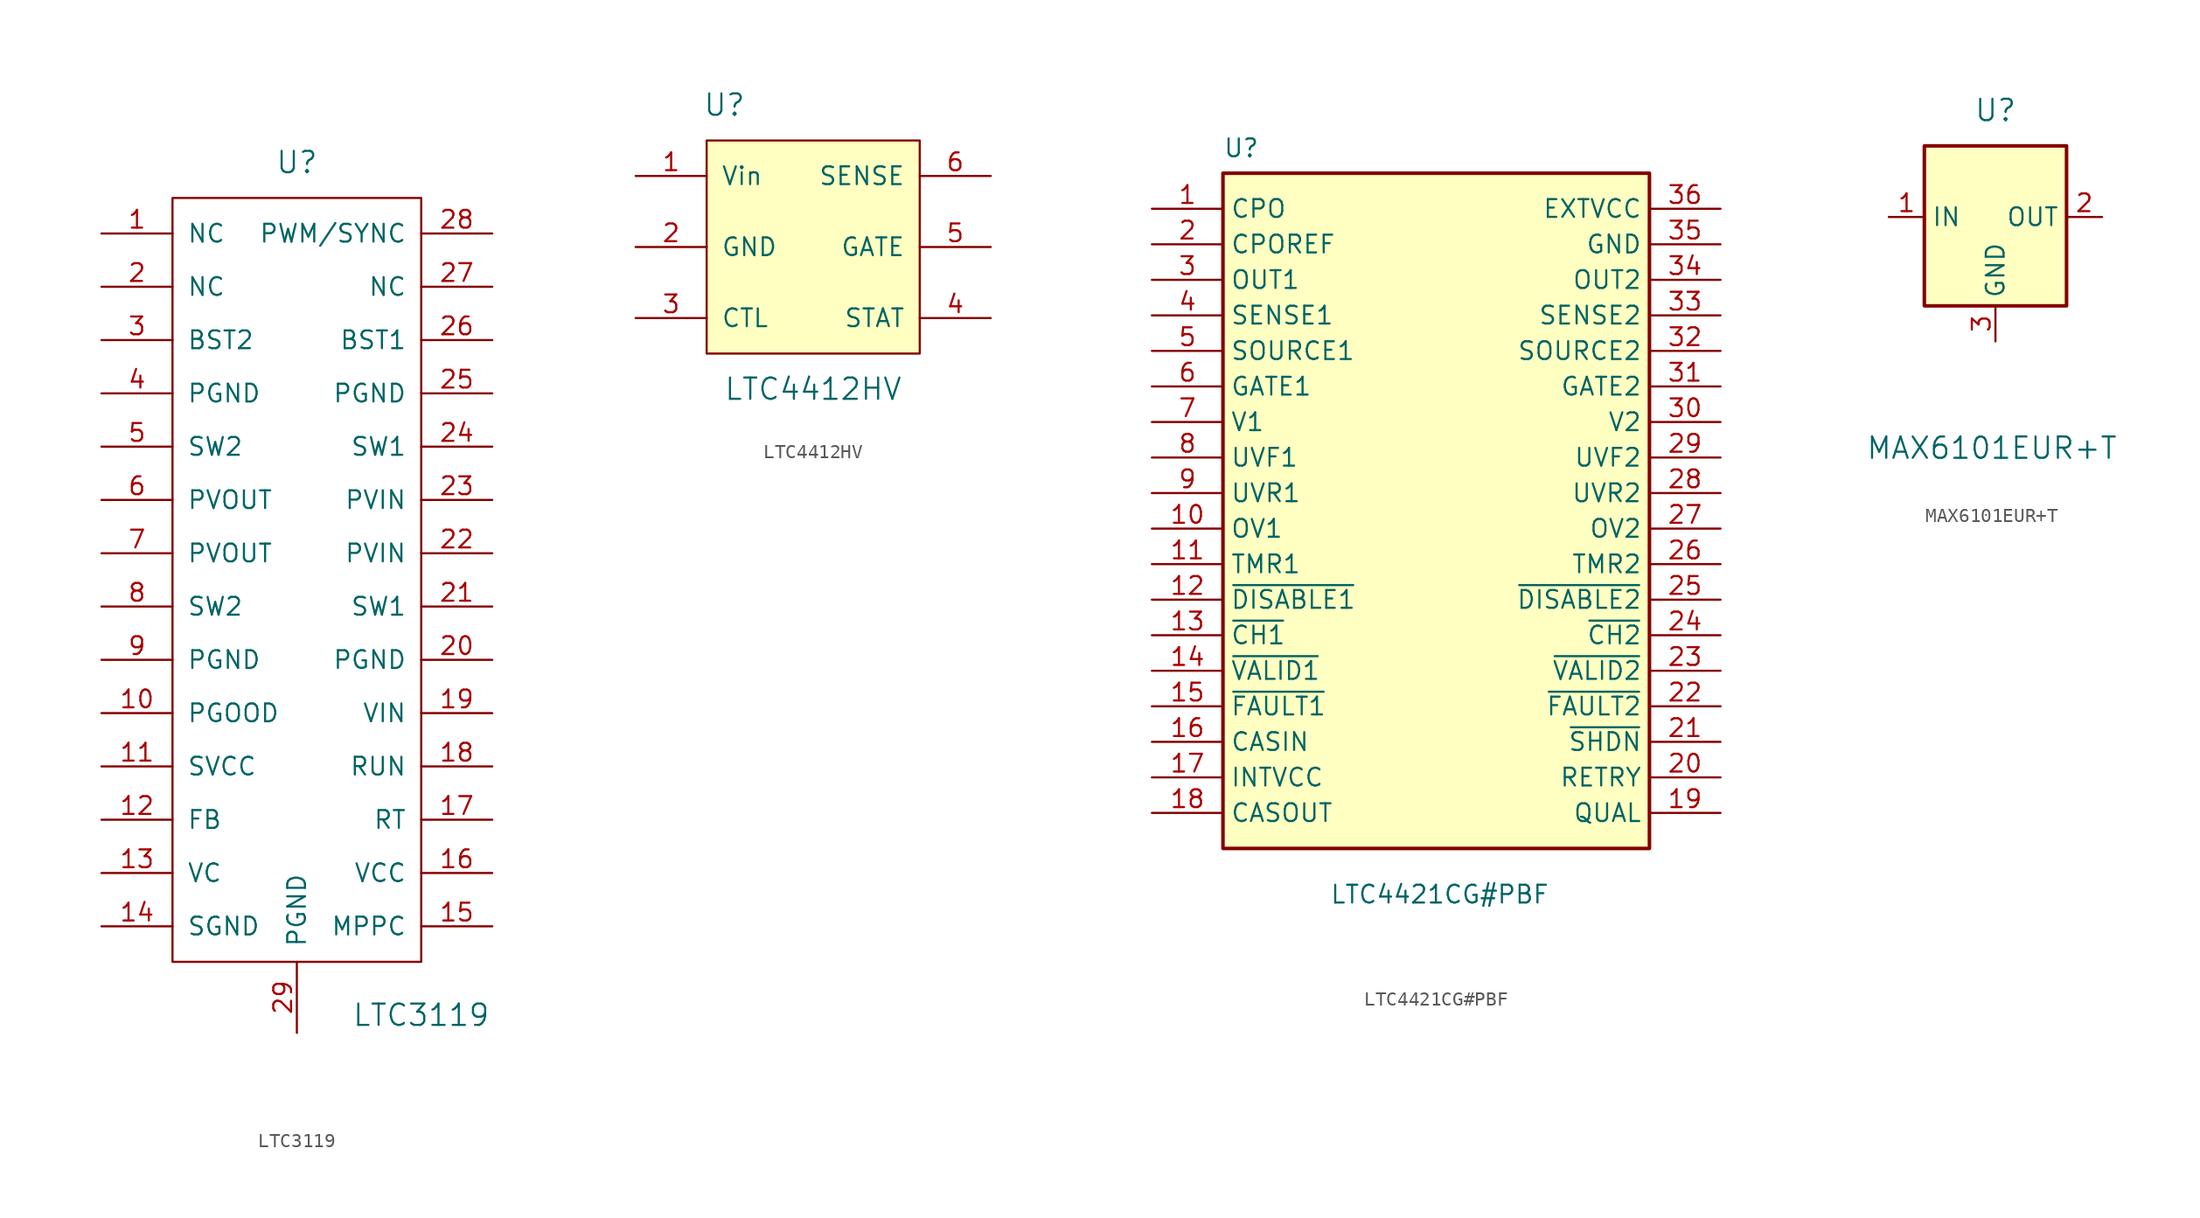
<source format=kicad_sym>
(kicad_symbol_lib
  (version 20241209)
  (generator "kicad_symbol_editor")
  (generator_version "9.0")
  (symbol "LTC3119"
    (pin_names
      (offset 1.016))
    (property "Reference" "U"
      (at 0 30.48 0)
      (effects (font (size 1.524 1.524))))
    (property "Value" "LTC3119"
      (at 8.89 -30.48 0)
      (effects (font (size 1.524 1.524))))
    (symbol "LTC3119_0_1"
      (rectangle (start -8.89 27.94) (end 8.89 -26.67) (stroke (width 0) (type default)) (fill (type none))))
    (symbol "LTC3119_1_1"
      (pin input line (at -13.97 25.4 0) (length 5.08) (name "NC" (effects (font (size 1.27 1.27)))) (number "1" (effects (font (size 1.27 1.27)))))
      (pin input line (at -13.97 21.59 0) (length 5.08) (name "NC" (effects (font (size 1.27 1.27)))) (number "2" (effects (font (size 1.27 1.27)))))
      (pin passive line (at -13.97 17.78 0) (length 5.08) (name "BST2" (effects (font (size 1.27 1.27)))) (number "3" (effects (font (size 1.27 1.27)))))
      (pin input line (at -13.97 13.97 0) (length 5.08) (name "PGND" (effects (font (size 1.27 1.27)))) (number "4" (effects (font (size 1.27 1.27)))))
      (pin input line (at -13.97 10.16 0) (length 5.08) (name "SW2" (effects (font (size 1.27 1.27)))) (number "5" (effects (font (size 1.27 1.27)))))
      (pin input line (at -13.97 6.35 0) (length 5.08) (name "PVOUT" (effects (font (size 1.27 1.27)))) (number "6" (effects (font (size 1.27 1.27)))))
      (pin input line (at -13.97 2.54 0) (length 5.08) (name "PVOUT" (effects (font (size 1.27 1.27)))) (number "7" (effects (font (size 1.27 1.27)))))
      (pin input line (at -13.97 -1.27 0) (length 5.08) (name "SW2" (effects (font (size 1.27 1.27)))) (number "8" (effects (font (size 1.27 1.27)))))
      (pin input line (at -13.97 -5.08 0) (length 5.08) (name "PGND" (effects (font (size 1.27 1.27)))) (number "9" (effects (font (size 1.27 1.27)))))
      (pin passive line (at -13.97 -8.89 0) (length 5.08) (name "PGOOD" (effects (font (size 1.27 1.27)))) (number "10" (effects (font (size 1.27 1.27)))))
      (pin input line (at -13.97 -12.7 0) (length 5.08) (name "SVCC" (effects (font (size 1.27 1.27)))) (number "11" (effects (font (size 1.27 1.27)))))
      (pin input line (at -13.97 -16.51 0) (length 5.08) (name "FB" (effects (font (size 1.27 1.27)))) (number "12" (effects (font (size 1.27 1.27)))))
      (pin input line (at -13.97 -20.32 0) (length 5.08) (name "VC" (effects (font (size 1.27 1.27)))) (number "13" (effects (font (size 1.27 1.27)))))
      (pin input line (at -13.97 -24.13 0) (length 5.08) (name "SGND" (effects (font (size 1.27 1.27)))) (number "14" (effects (font (size 1.27 1.27)))))
      (pin input line (at 0 -31.75 90) (length 5.08) (name "PGND" (effects (font (size 1.27 1.27)))) (number "29" (effects (font (size 1.27 1.27)))))
      (pin input line (at 13.97 25.4 180) (length 5.08) (name "PWM/SYNC" (effects (font (size 1.27 1.27)))) (number "28" (effects (font (size 1.27 1.27)))))
      (pin input line (at 13.97 21.59 180) (length 5.08) (name "NC" (effects (font (size 1.27 1.27)))) (number "27" (effects (font (size 1.27 1.27)))))
      (pin passive line (at 13.97 17.78 180) (length 5.08) (name "BST1" (effects (font (size 1.27 1.27)))) (number "26" (effects (font (size 1.27 1.27)))))
      (pin input line (at 13.97 13.97 180) (length 5.08) (name "PGND" (effects (font (size 1.27 1.27)))) (number "25" (effects (font (size 1.27 1.27)))))
      (pin input line (at 13.97 10.16 180) (length 5.08) (name "SW1" (effects (font (size 1.27 1.27)))) (number "24" (effects (font (size 1.27 1.27)))))
      (pin input line (at 13.97 6.35 180) (length 5.08) (name "PVIN" (effects (font (size 1.27 1.27)))) (number "23" (effects (font (size 1.27 1.27)))))
      (pin input line (at 13.97 2.54 180) (length 5.08) (name "PVIN" (effects (font (size 1.27 1.27)))) (number "22" (effects (font (size 1.27 1.27)))))
      (pin input line (at 13.97 -1.27 180) (length 5.08) (name "SW1" (effects (font (size 1.27 1.27)))) (number "21" (effects (font (size 1.27 1.27)))))
      (pin input line (at 13.97 -5.08 180) (length 5.08) (name "PGND" (effects (font (size 1.27 1.27)))) (number "20" (effects (font (size 1.27 1.27)))))
      (pin passive line (at 13.97 -8.89 180) (length 5.08) (name "VIN" (effects (font (size 1.27 1.27)))) (number "19" (effects (font (size 1.27 1.27)))))
      (pin input line (at 13.97 -12.7 180) (length 5.08) (name "RUN" (effects (font (size 1.27 1.27)))) (number "18" (effects (font (size 1.27 1.27)))))
      (pin input line (at 13.97 -16.51 180) (length 5.08) (name "RT" (effects (font (size 1.27 1.27)))) (number "17" (effects (font (size 1.27 1.27)))))
      (pin input line (at 13.97 -20.32 180) (length 5.08) (name "VCC" (effects (font (size 1.27 1.27)))) (number "16" (effects (font (size 1.27 1.27)))))
      (pin input line (at 13.97 -24.13 180) (length 5.08) (name "MPPC" (effects (font (size 1.27 1.27)))) (number "15" (effects (font (size 1.27 1.27)))))))
  (symbol "LTC4412HV"
    (pin_names
      (offset 1.016))
    (property "Reference" "U"
      (at -6.35 10.16 0)
      (effects (font (size 1.524 1.524))))
    (property "Value" "LTC4412HV"
      (at 0 -10.16 0)
      (effects (font (size 1.524 1.524))))
    (symbol "LTC4412HV_0_1"
      (rectangle (start -7.62 7.62) (end 7.62 -7.62) (stroke (width 0) (type default)) (fill (type background))))
    (symbol "LTC4412HV_1_1"
      (pin passive line (at -12.7 5.08 0) (length 5.08) (name "Vin" (effects (font (size 1.27 1.27)))) (number "1" (effects (font (size 1.27 1.27)))))
      (pin passive line (at -12.7 0 0) (length 5.08) (name "GND" (effects (font (size 1.27 1.27)))) (number "2" (effects (font (size 1.27 1.27)))))
      (pin passive line (at -12.7 -5.08 0) (length 5.08) (name "CTL" (effects (font (size 1.27 1.27)))) (number "3" (effects (font (size 1.27 1.27)))))
      (pin passive line (at 12.7 5.08 180) (length 5.08) (name "SENSE" (effects (font (size 1.27 1.27)))) (number "6" (effects (font (size 1.27 1.27)))))
      (pin passive line (at 12.7 0 180) (length 5.08) (name "GATE" (effects (font (size 1.27 1.27)))) (number "5" (effects (font (size 1.27 1.27)))))
      (pin passive line (at 12.7 -5.08 180) (length 5.08) (name "STAT" (effects (font (size 1.27 1.27)))) (number "4" (effects (font (size 1.27 1.27)))))))
  (symbol "LTC4421CG#PBF"
    (property "Reference" "U"
      (at 5.08 5.08 0)
      (effects (font (size 1.27 1.27)) (justify left top)))
    (property "Value" "LTC4421CG#PBF"
      (at 12.7 -48.26 0)
      (effects (font (size 1.27 1.27)) (justify left top)))
    (symbol "LTC4421CG#PBF_1_1"
      (rectangle (start 5.08 2.54) (end 35.56 -45.72) (stroke (width 0.254) (type default)) (fill (type background)))
      (pin passive line (at 0 0 0) (length 5.08) (name "CPO" (effects (font (size 1.27 1.27)))) (number "1" (effects (font (size 1.27 1.27)))))
      (pin passive line (at 0 -2.54 0) (length 5.08) (name "CPOREF" (effects (font (size 1.27 1.27)))) (number "2" (effects (font (size 1.27 1.27)))))
      (pin passive line (at 0 -5.08 0) (length 5.08) (name "OUT1" (effects (font (size 1.27 1.27)))) (number "3" (effects (font (size 1.27 1.27)))))
      (pin passive line (at 0 -7.62 0) (length 5.08) (name "SENSE1" (effects (font (size 1.27 1.27)))) (number "4" (effects (font (size 1.27 1.27)))))
      (pin passive line (at 0 -10.16 0) (length 5.08) (name "SOURCE1" (effects (font (size 1.27 1.27)))) (number "5" (effects (font (size 1.27 1.27)))))
      (pin passive line (at 0 -12.7 0) (length 5.08) (name "GATE1" (effects (font (size 1.27 1.27)))) (number "6" (effects (font (size 1.27 1.27)))))
      (pin passive line (at 0 -15.24 0) (length 5.08) (name "V1" (effects (font (size 1.27 1.27)))) (number "7" (effects (font (size 1.27 1.27)))))
      (pin passive line (at 0 -17.78 0) (length 5.08) (name "UVF1" (effects (font (size 1.27 1.27)))) (number "8" (effects (font (size 1.27 1.27)))))
      (pin passive line (at 0 -20.32 0) (length 5.08) (name "UVR1" (effects (font (size 1.27 1.27)))) (number "9" (effects (font (size 1.27 1.27)))))
      (pin passive line (at 0 -22.86 0) (length 5.08) (name "OV1" (effects (font (size 1.27 1.27)))) (number "10" (effects (font (size 1.27 1.27)))))
      (pin passive line (at 0 -25.4 0) (length 5.08) (name "TMR1" (effects (font (size 1.27 1.27)))) (number "11" (effects (font (size 1.27 1.27)))))
      (pin passive line (at 0 -27.94 0) (length 5.08) (name "~{DISABLE1}" (effects (font (size 1.27 1.27)))) (number "12" (effects (font (size 1.27 1.27)))))
      (pin passive line (at 0 -30.48 0) (length 5.08) (name "~{CH1}" (effects (font (size 1.27 1.27)))) (number "13" (effects (font (size 1.27 1.27)))))
      (pin passive line (at 0 -33.02 0) (length 5.08) (name "~{VALID1}" (effects (font (size 1.27 1.27)))) (number "14" (effects (font (size 1.27 1.27)))))
      (pin passive line (at 0 -35.56 0) (length 5.08) (name "~{FAULT1}" (effects (font (size 1.27 1.27)))) (number "15" (effects (font (size 1.27 1.27)))))
      (pin passive line (at 0 -38.1 0) (length 5.08) (name "CASIN" (effects (font (size 1.27 1.27)))) (number "16" (effects (font (size 1.27 1.27)))))
      (pin passive line (at 0 -40.64 0) (length 5.08) (name "INTVCC" (effects (font (size 1.27 1.27)))) (number "17" (effects (font (size 1.27 1.27)))))
      (pin passive line (at 0 -43.18 0) (length 5.08) (name "CASOUT" (effects (font (size 1.27 1.27)))) (number "18" (effects (font (size 1.27 1.27)))))
      (pin passive line (at 40.64 0 180) (length 5.08) (name "EXTVCC" (effects (font (size 1.27 1.27)))) (number "36" (effects (font (size 1.27 1.27)))))
      (pin passive line (at 40.64 -2.54 180) (length 5.08) (name "GND" (effects (font (size 1.27 1.27)))) (number "35" (effects (font (size 1.27 1.27)))))
      (pin passive line (at 40.64 -5.08 180) (length 5.08) (name "OUT2" (effects (font (size 1.27 1.27)))) (number "34" (effects (font (size 1.27 1.27)))))
      (pin passive line (at 40.64 -7.62 180) (length 5.08) (name "SENSE2" (effects (font (size 1.27 1.27)))) (number "33" (effects (font (size 1.27 1.27)))))
      (pin passive line (at 40.64 -10.16 180) (length 5.08) (name "SOURCE2" (effects (font (size 1.27 1.27)))) (number "32" (effects (font (size 1.27 1.27)))))
      (pin passive line (at 40.64 -12.7 180) (length 5.08) (name "GATE2" (effects (font (size 1.27 1.27)))) (number "31" (effects (font (size 1.27 1.27)))))
      (pin passive line (at 40.64 -15.24 180) (length 5.08) (name "V2" (effects (font (size 1.27 1.27)))) (number "30" (effects (font (size 1.27 1.27)))))
      (pin passive line (at 40.64 -17.78 180) (length 5.08) (name "UVF2" (effects (font (size 1.27 1.27)))) (number "29" (effects (font (size 1.27 1.27)))))
      (pin passive line (at 40.64 -20.32 180) (length 5.08) (name "UVR2" (effects (font (size 1.27 1.27)))) (number "28" (effects (font (size 1.27 1.27)))))
      (pin passive line (at 40.64 -22.86 180) (length 5.08) (name "OV2" (effects (font (size 1.27 1.27)))) (number "27" (effects (font (size 1.27 1.27)))))
      (pin passive line (at 40.64 -25.4 180) (length 5.08) (name "TMR2" (effects (font (size 1.27 1.27)))) (number "26" (effects (font (size 1.27 1.27)))))
      (pin passive line (at 40.64 -27.94 180) (length 5.08) (name "~{DISABLE2}" (effects (font (size 1.27 1.27)))) (number "25" (effects (font (size 1.27 1.27)))))
      (pin passive line (at 40.64 -30.48 180) (length 5.08) (name "~{CH2}" (effects (font (size 1.27 1.27)))) (number "24" (effects (font (size 1.27 1.27)))))
      (pin passive line (at 40.64 -33.02 180) (length 5.08) (name "~{VALID2}" (effects (font (size 1.27 1.27)))) (number "23" (effects (font (size 1.27 1.27)))))
      (pin passive line (at 40.64 -35.56 180) (length 5.08) (name "~{FAULT2}" (effects (font (size 1.27 1.27)))) (number "22" (effects (font (size 1.27 1.27)))))
      (pin passive line (at 40.64 -38.1 180) (length 5.08) (name "~{SHDN}" (effects (font (size 1.27 1.27)))) (number "21" (effects (font (size 1.27 1.27)))))
      (pin passive line (at 40.64 -40.64 180) (length 5.08) (name "RETRY" (effects (font (size 1.27 1.27)))) (number "20" (effects (font (size 1.27 1.27)))))
      (pin passive line (at 40.64 -43.18 180) (length 5.08) (name "QUAL" (effects (font (size 1.27 1.27)))) (number "19" (effects (font (size 1.27 1.27)))))))
  (symbol "MAX6101EUR+T"
    (property "Reference" "U"
      (at 0 7.62 0)
      (effects (font (size 1.524 1.524))))
    (property "Value" "MAX6101EUR+T"
      (at -0.254 -16.51 0)
      (effects (font (size 1.524 1.524))))
    (symbol "MAX6101EUR+T_0_1"
      (rectangle (start -5.08 5.08) (end 5.08 -6.35) (stroke (width 0.254) (type default)) (fill (type background))))
    (symbol "MAX6101EUR+T_1_1"
      (pin input line (at -7.62 0 0) (length 2.54) (name "IN" (effects (font (size 1.27 1.27)))) (number "1" (effects (font (size 1.27 1.27)))))
      (pin output line (at 0 -8.89 90) (length 2.54) (name "GND" (effects (font (size 1.27 1.27)))) (number "3" (effects (font (size 1.27 1.27)))))
      (pin output line (at 7.62 0 180) (length 2.54) (name "OUT" (effects (font (size 1.27 1.27)))) (number "2" (effects (font (size 1.27 1.27))))))))
</source>
